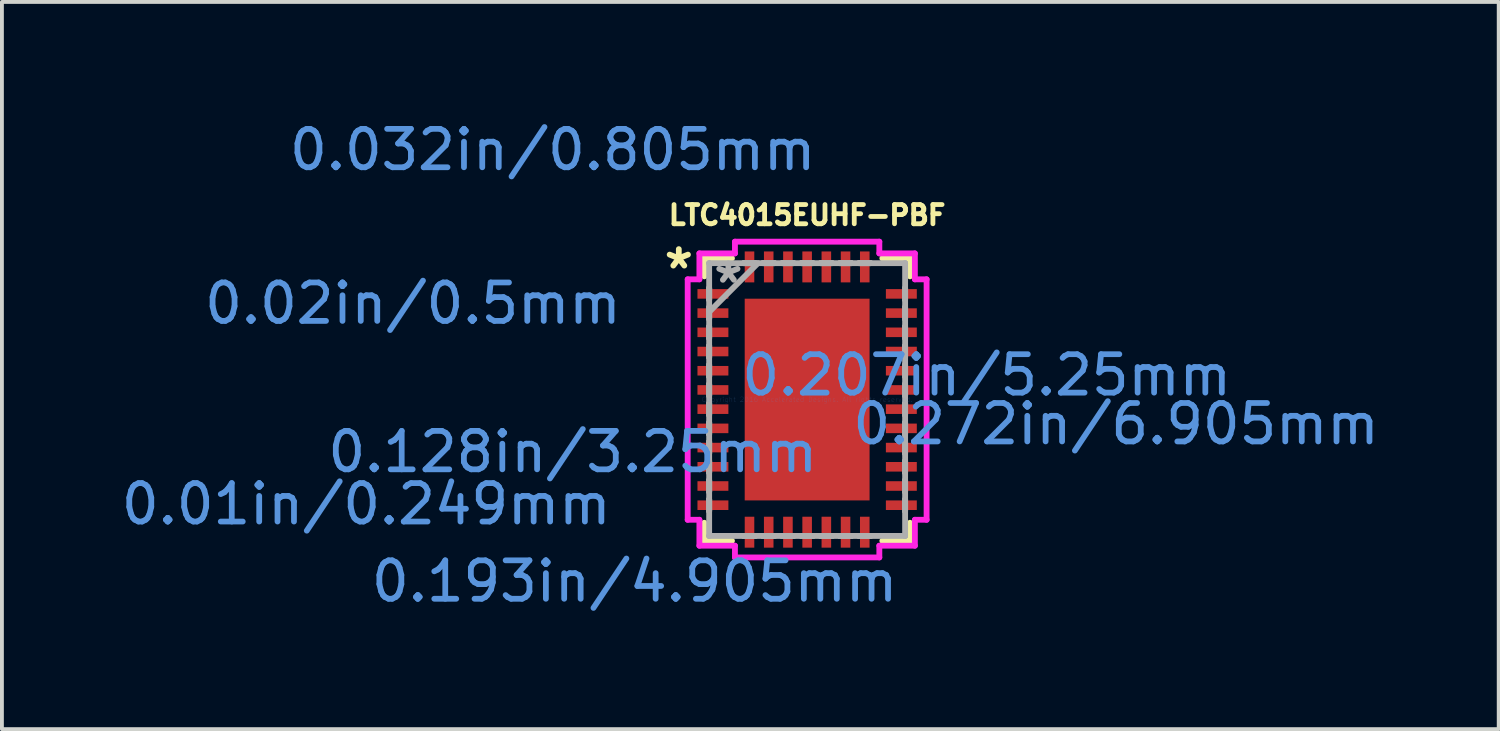
<source format=kicad_pcb>
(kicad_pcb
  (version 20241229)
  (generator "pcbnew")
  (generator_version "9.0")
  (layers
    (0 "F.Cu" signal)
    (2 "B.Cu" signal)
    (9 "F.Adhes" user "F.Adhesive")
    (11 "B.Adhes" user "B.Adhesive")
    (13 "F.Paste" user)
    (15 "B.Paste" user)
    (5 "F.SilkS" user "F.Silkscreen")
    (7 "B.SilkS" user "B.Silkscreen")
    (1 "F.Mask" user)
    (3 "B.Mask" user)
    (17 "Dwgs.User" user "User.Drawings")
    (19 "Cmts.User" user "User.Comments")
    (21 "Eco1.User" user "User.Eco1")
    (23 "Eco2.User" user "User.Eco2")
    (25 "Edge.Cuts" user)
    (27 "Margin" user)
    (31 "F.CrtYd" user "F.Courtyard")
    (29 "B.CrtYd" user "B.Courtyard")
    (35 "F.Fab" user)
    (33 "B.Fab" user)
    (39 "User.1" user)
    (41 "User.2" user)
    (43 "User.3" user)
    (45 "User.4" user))
  (footprint "LTC4015EUHF-PBF"
    (layer "F.Cu")
    (at 17.957 7.349)
    (property "Reference" "LTC4015EUHF-PBF" (at 0 -4.8 0) (layer "F.SilkS") (effects (font (size 0.5 0.5) (thickness 0.125))))
    (attr smd)
    (fp_line (start -2.677 -3.677) (end -2.677 -3.207) (stroke (width 0.152) (type solid)) (layer "F.SilkS"))
    (fp_line (start -2.677 3.207) (end -2.677 3.677) (stroke (width 0.152) (type solid)) (layer "F.SilkS"))
    (fp_line (start -2.677 3.677) (end -1.957 3.677) (stroke (width 0.152) (type solid)) (layer "F.SilkS"))
    (fp_line (start -1.957 -3.677) (end -2.677 -3.677) (stroke (width 0.152) (type solid)) (layer "F.SilkS"))
    (fp_line (start 1.957 3.677) (end 2.677 3.677) (stroke (width 0.152) (type solid)) (layer "F.SilkS"))
    (fp_line (start 2.677 -3.677) (end 1.957 -3.677) (stroke (width 0.152) (type solid)) (layer "F.SilkS"))
    (fp_line (start 2.677 -3.207) (end 2.677 -3.677) (stroke (width 0.152) (type solid)) (layer "F.SilkS"))
    (fp_line (start 2.677 3.677) (end 2.677 3.207) (stroke (width 0.152) (type solid)) (layer "F.SilkS"))
    (fp_line (start -3.109 -3.129) (end -2.804 -3.129) (stroke (width 0.152) (type solid)) (layer "F.CrtYd"))
    (fp_line (start -3.109 3.129) (end -3.109 -3.129) (stroke (width 0.152) (type solid)) (layer "F.CrtYd"))
    (fp_line (start -2.804 -3.804) (end -1.879 -3.804) (stroke (width 0.152) (type solid)) (layer "F.CrtYd"))
    (fp_line (start -2.804 -3.129) (end -2.804 -3.804) (stroke (width 0.152) (type solid)) (layer "F.CrtYd"))
    (fp_line (start -2.804 3.129) (end -3.109 3.129) (stroke (width 0.152) (type solid)) (layer "F.CrtYd"))
    (fp_line (start -2.804 3.804) (end -2.804 3.129) (stroke (width 0.152) (type solid)) (layer "F.CrtYd"))
    (fp_line (start -1.879 -4.109) (end 1.879 -4.109) (stroke (width 0.152) (type solid)) (layer "F.CrtYd"))
    (fp_line (start -1.879 -3.804) (end -1.879 -4.109) (stroke (width 0.152) (type solid)) (layer "F.CrtYd"))
    (fp_line (start -1.879 3.804) (end -2.804 3.804) (stroke (width 0.152) (type solid)) (layer "F.CrtYd"))
    (fp_line (start -1.879 4.109) (end -1.879 3.804) (stroke (width 0.152) (type solid)) (layer "F.CrtYd"))
    (fp_line (start 1.879 -4.109) (end 1.879 -3.804) (stroke (width 0.152) (type solid)) (layer "F.CrtYd"))
    (fp_line (start 1.879 -3.804) (end 2.804 -3.804) (stroke (width 0.152) (type solid)) (layer "F.CrtYd"))
    (fp_line (start 1.879 3.804) (end 1.879 4.109) (stroke (width 0.152) (type solid)) (layer "F.CrtYd"))
    (fp_line (start 1.879 4.109) (end -1.879 4.109) (stroke (width 0.152) (type solid)) (layer "F.CrtYd"))
    (fp_line (start 2.804 -3.804) (end 2.804 -3.129) (stroke (width 0.152) (type solid)) (layer "F.CrtYd"))
    (fp_line (start 2.804 -3.129) (end 3.109 -3.129) (stroke (width 0.152) (type solid)) (layer "F.CrtYd"))
    (fp_line (start 2.804 3.129) (end 2.804 3.804) (stroke (width 0.152) (type solid)) (layer "F.CrtYd"))
    (fp_line (start 2.804 3.804) (end 1.879 3.804) (stroke (width 0.152) (type solid)) (layer "F.CrtYd"))
    (fp_line (start 3.109 -3.129) (end 3.109 3.129) (stroke (width 0.152) (type solid)) (layer "F.CrtYd"))
    (fp_line (start 3.109 3.129) (end 2.804 3.129) (stroke (width 0.152) (type solid)) (layer "F.CrtYd"))
    (fp_line (start -2.55 -3.55) (end -2.55 -3.55) (stroke (width 0.152) (type solid)) (layer "F.Fab"))
    (fp_line (start -2.55 -3.55) (end -2.55 3.55) (stroke (width 0.152) (type solid)) (layer "F.Fab"))
    (fp_line (start -2.55 -2.9) (end -2.55 -2.9) (stroke (width 0.152) (type solid)) (layer "F.Fab"))
    (fp_line (start -2.55 -2.9) (end -2.55 -2.6) (stroke (width 0.152) (type solid)) (layer "F.Fab"))
    (fp_line (start -2.55 -2.6) (end -2.55 -2.9) (stroke (width 0.152) (type solid)) (layer "F.Fab"))
    (fp_line (start -2.55 -2.6) (end -2.55 -2.6) (stroke (width 0.152) (type solid)) (layer "F.Fab"))
    (fp_line (start -2.55 -2.4) (end -2.55 -2.4) (stroke (width 0.152) (type solid)) (layer "F.Fab"))
    (fp_line (start -2.55 -2.4) (end -2.55 -2.1) (stroke (width 0.152) (type solid)) (layer "F.Fab"))
    (fp_line (start -2.55 -2.28) (end -1.28 -3.55) (stroke (width 0.152) (type solid)) (layer "F.Fab"))
    (fp_line (start -2.55 -2.1) (end -2.55 -2.4) (stroke (width 0.152) (type solid)) (layer "F.Fab"))
    (fp_line (start -2.55 -2.1) (end -2.55 -2.1) (stroke (width 0.152) (type solid)) (layer "F.Fab"))
    (fp_line (start -2.55 -1.9) (end -2.55 -1.9) (stroke (width 0.152) (type solid)) (layer "F.Fab"))
    (fp_line (start -2.55 -1.9) (end -2.55 -1.6) (stroke (width 0.152) (type solid)) (layer "F.Fab"))
    (fp_line (start -2.55 -1.6) (end -2.55 -1.9) (stroke (width 0.152) (type solid)) (layer "F.Fab"))
    (fp_line (start -2.55 -1.6) (end -2.55 -1.6) (stroke (width 0.152) (type solid)) (layer "F.Fab"))
    (fp_line (start -2.55 -1.4) (end -2.55 -1.4) (stroke (width 0.152) (type solid)) (layer "F.Fab"))
    (fp_line (start -2.55 -1.4) (end -2.55 -1.1) (stroke (width 0.152) (type solid)) (layer "F.Fab"))
    (fp_line (start -2.55 -1.1) (end -2.55 -1.4) (stroke (width 0.152) (type solid)) (layer "F.Fab"))
    (fp_line (start -2.55 -1.1) (end -2.55 -1.1) (stroke (width 0.152) (type solid)) (layer "F.Fab"))
    (fp_line (start -2.55 -0.9) (end -2.55 -0.9) (stroke (width 0.152) (type solid)) (layer "F.Fab"))
    (fp_line (start -2.55 -0.9) (end -2.55 -0.6) (stroke (width 0.152) (type solid)) (layer "F.Fab"))
    (fp_line (start -2.55 -0.6) (end -2.55 -0.9) (stroke (width 0.152) (type solid)) (layer "F.Fab"))
    (fp_line (start -2.55 -0.6) (end -2.55 -0.6) (stroke (width 0.152) (type solid)) (layer "F.Fab"))
    (fp_line (start -2.55 -0.4) (end -2.55 -0.4) (stroke (width 0.152) (type solid)) (layer "F.Fab"))
    (fp_line (start -2.55 -0.4) (end -2.55 -0.1) (stroke (width 0.152) (type solid)) (layer "F.Fab"))
    (fp_line (start -2.55 -0.1) (end -2.55 -0.4) (stroke (width 0.152) (type solid)) (layer "F.Fab"))
    (fp_line (start -2.55 -0.1) (end -2.55 -0.1) (stroke (width 0.152) (type solid)) (layer "F.Fab"))
    (fp_line (start -2.55 0.1) (end -2.55 0.1) (stroke (width 0.152) (type solid)) (layer "F.Fab"))
    (fp_line (start -2.55 0.1) (end -2.55 0.4) (stroke (width 0.152) (type solid)) (layer "F.Fab"))
    (fp_line (start -2.55 0.4) (end -2.55 0.1) (stroke (width 0.152) (type solid)) (layer "F.Fab"))
    (fp_line (start -2.55 0.4) (end -2.55 0.4) (stroke (width 0.152) (type solid)) (layer "F.Fab"))
    (fp_line (start -2.55 0.6) (end -2.55 0.6) (stroke (width 0.152) (type solid)) (layer "F.Fab"))
    (fp_line (start -2.55 0.6) (end -2.55 0.9) (stroke (width 0.152) (type solid)) (layer "F.Fab"))
    (fp_line (start -2.55 0.9) (end -2.55 0.6) (stroke (width 0.152) (type solid)) (layer "F.Fab"))
    (fp_line (start -2.55 0.9) (end -2.55 0.9) (stroke (width 0.152) (type solid)) (layer "F.Fab"))
    (fp_line (start -2.55 1.1) (end -2.55 1.1) (stroke (width 0.152) (type solid)) (layer "F.Fab"))
    (fp_line (start -2.55 1.1) (end -2.55 1.4) (stroke (width 0.152) (type solid)) (layer "F.Fab"))
    (fp_line (start -2.55 1.4) (end -2.55 1.1) (stroke (width 0.152) (type solid)) (layer "F.Fab"))
    (fp_line (start -2.55 1.4) (end -2.55 1.4) (stroke (width 0.152) (type solid)) (layer "F.Fab"))
    (fp_line (start -2.55 1.6) (end -2.55 1.6) (stroke (width 0.152) (type solid)) (layer "F.Fab"))
    (fp_line (start -2.55 1.6) (end -2.55 1.9) (stroke (width 0.152) (type solid)) (layer "F.Fab"))
    (fp_line (start -2.55 1.9) (end -2.55 1.6) (stroke (width 0.152) (type solid)) (layer "F.Fab"))
    (fp_line (start -2.55 1.9) (end -2.55 1.9) (stroke (width 0.152) (type solid)) (layer "F.Fab"))
    (fp_line (start -2.55 2.1) (end -2.55 2.1) (stroke (width 0.152) (type solid)) (layer "F.Fab"))
    (fp_line (start -2.55 2.1) (end -2.55 2.4) (stroke (width 0.152) (type solid)) (layer "F.Fab"))
    (fp_line (start -2.55 2.4) (end -2.55 2.1) (stroke (width 0.152) (type solid)) (layer "F.Fab"))
    (fp_line (start -2.55 2.4) (end -2.55 2.4) (stroke (width 0.152) (type solid)) (layer "F.Fab"))
    (fp_line (start -2.55 2.6) (end -2.55 2.6) (stroke (width 0.152) (type solid)) (layer "F.Fab"))
    (fp_line (start -2.55 2.6) (end -2.55 2.9) (stroke (width 0.152) (type solid)) (layer "F.Fab"))
    (fp_line (start -2.55 2.9) (end -2.55 2.6) (stroke (width 0.152) (type solid)) (layer "F.Fab"))
    (fp_line (start -2.55 2.9) (end -2.55 2.9) (stroke (width 0.152) (type solid)) (layer "F.Fab"))
    (fp_line (start -2.55 3.55) (end -2.55 3.55) (stroke (width 0.152) (type solid)) (layer "F.Fab"))
    (fp_line (start -2.55 3.55) (end 2.55 3.55) (stroke (width 0.152) (type solid)) (layer "F.Fab"))
    (fp_line (start -1.65 -3.55) (end -1.65 -3.55) (stroke (width 0.152) (type solid)) (layer "F.Fab"))
    (fp_line (start -1.65 -3.55) (end -1.35 -3.55) (stroke (width 0.152) (type solid)) (layer "F.Fab"))
    (fp_line (start -1.65 3.55) (end -1.65 3.55) (stroke (width 0.152) (type solid)) (layer "F.Fab"))
    (fp_line (start -1.65 3.55) (end -1.35 3.55) (stroke (width 0.152) (type solid)) (layer "F.Fab"))
    (fp_line (start -1.35 -3.55) (end -1.65 -3.55) (stroke (width 0.152) (type solid)) (layer "F.Fab"))
    (fp_line (start -1.35 -3.55) (end -1.35 -3.55) (stroke (width 0.152) (type solid)) (layer "F.Fab"))
    (fp_line (start -1.35 3.55) (end -1.65 3.55) (stroke (width 0.152) (type solid)) (layer "F.Fab"))
    (fp_line (start -1.35 3.55) (end -1.35 3.55) (stroke (width 0.152) (type solid)) (layer "F.Fab"))
    (fp_line (start -1.15 -3.55) (end -1.15 -3.55) (stroke (width 0.152) (type solid)) (layer "F.Fab"))
    (fp_line (start -1.15 -3.55) (end -0.85 -3.55) (stroke (width 0.152) (type solid)) (layer "F.Fab"))
    (fp_line (start -1.15 3.55) (end -1.15 3.55) (stroke (width 0.152) (type solid)) (layer "F.Fab"))
    (fp_line (start -1.15 3.55) (end -0.85 3.55) (stroke (width 0.152) (type solid)) (layer "F.Fab"))
    (fp_line (start -0.85 -3.55) (end -1.15 -3.55) (stroke (width 0.152) (type solid)) (layer "F.Fab"))
    (fp_line (start -0.85 -3.55) (end -0.85 -3.55) (stroke (width 0.152) (type solid)) (layer "F.Fab"))
    (fp_line (start -0.85 3.55) (end -1.15 3.55) (stroke (width 0.152) (type solid)) (layer "F.Fab"))
    (fp_line (start -0.85 3.55) (end -0.85 3.55) (stroke (width 0.152) (type solid)) (layer "F.Fab"))
    (fp_line (start -0.65 -3.55) (end -0.65 -3.55) (stroke (width 0.152) (type solid)) (layer "F.Fab"))
    (fp_line (start -0.65 -3.55) (end -0.35 -3.55) (stroke (width 0.152) (type solid)) (layer "F.Fab"))
    (fp_line (start -0.65 3.55) (end -0.65 3.55) (stroke (width 0.152) (type solid)) (layer "F.Fab"))
    (fp_line (start -0.65 3.55) (end -0.35 3.55) (stroke (width 0.152) (type solid)) (layer "F.Fab"))
    (fp_line (start -0.35 -3.55) (end -0.65 -3.55) (stroke (width 0.152) (type solid)) (layer "F.Fab"))
    (fp_line (start -0.35 -3.55) (end -0.35 -3.55) (stroke (width 0.152) (type solid)) (layer "F.Fab"))
    (fp_line (start -0.35 3.55) (end -0.65 3.55) (stroke (width 0.152) (type solid)) (layer "F.Fab"))
    (fp_line (start -0.35 3.55) (end -0.35 3.55) (stroke (width 0.152) (type solid)) (layer "F.Fab"))
    (fp_line (start -0.15 -3.55) (end -0.15 -3.55) (stroke (width 0.152) (type solid)) (layer "F.Fab"))
    (fp_line (start -0.15 -3.55) (end 0.15 -3.55) (stroke (width 0.152) (type solid)) (layer "F.Fab"))
    (fp_line (start -0.15 3.55) (end -0.15 3.55) (stroke (width 0.152) (type solid)) (layer "F.Fab"))
    (fp_line (start -0.15 3.55) (end 0.15 3.55) (stroke (width 0.152) (type solid)) (layer "F.Fab"))
    (fp_line (start 0.15 -3.55) (end -0.15 -3.55) (stroke (width 0.152) (type solid)) (layer "F.Fab"))
    (fp_line (start 0.15 -3.55) (end 0.15 -3.55) (stroke (width 0.152) (type solid)) (layer "F.Fab"))
    (fp_line (start 0.15 3.55) (end -0.15 3.55) (stroke (width 0.152) (type solid)) (layer "F.Fab"))
    (fp_line (start 0.15 3.55) (end 0.15 3.55) (stroke (width 0.152) (type solid)) (layer "F.Fab"))
    (fp_line (start 0.35 -3.55) (end 0.35 -3.55) (stroke (width 0.152) (type solid)) (layer "F.Fab"))
    (fp_line (start 0.35 -3.55) (end 0.65 -3.55) (stroke (width 0.152) (type solid)) (layer "F.Fab"))
    (fp_line (start 0.35 3.55) (end 0.35 3.55) (stroke (width 0.152) (type solid)) (layer "F.Fab"))
    (fp_line (start 0.35 3.55) (end 0.65 3.55) (stroke (width 0.152) (type solid)) (layer "F.Fab"))
    (fp_line (start 0.65 -3.55) (end 0.35 -3.55) (stroke (width 0.152) (type solid)) (layer "F.Fab"))
    (fp_line (start 0.65 -3.55) (end 0.65 -3.55) (stroke (width 0.152) (type solid)) (layer "F.Fab"))
    (fp_line (start 0.65 3.55) (end 0.35 3.55) (stroke (width 0.152) (type solid)) (layer "F.Fab"))
    (fp_line (start 0.65 3.55) (end 0.65 3.55) (stroke (width 0.152) (type solid)) (layer "F.Fab"))
    (fp_line (start 0.85 -3.55) (end 0.85 -3.55) (stroke (width 0.152) (type solid)) (layer "F.Fab"))
    (fp_line (start 0.85 -3.55) (end 1.15 -3.55) (stroke (width 0.152) (type solid)) (layer "F.Fab"))
    (fp_line (start 0.85 3.55) (end 0.85 3.55) (stroke (width 0.152) (type solid)) (layer "F.Fab"))
    (fp_line (start 0.85 3.55) (end 1.15 3.55) (stroke (width 0.152) (type solid)) (layer "F.Fab"))
    (fp_line (start 1.15 -3.55) (end 0.85 -3.55) (stroke (width 0.152) (type solid)) (layer "F.Fab"))
    (fp_line (start 1.15 -3.55) (end 1.15 -3.55) (stroke (width 0.152) (type solid)) (layer "F.Fab"))
    (fp_line (start 1.15 3.55) (end 0.85 3.55) (stroke (width 0.152) (type solid)) (layer "F.Fab"))
    (fp_line (start 1.15 3.55) (end 1.15 3.55) (stroke (width 0.152) (type solid)) (layer "F.Fab"))
    (fp_line (start 1.35 -3.55) (end 1.35 -3.55) (stroke (width 0.152) (type solid)) (layer "F.Fab"))
    (fp_line (start 1.35 -3.55) (end 1.65 -3.55) (stroke (width 0.152) (type solid)) (layer "F.Fab"))
    (fp_line (start 1.35 3.55) (end 1.35 3.55) (stroke (width 0.152) (type solid)) (layer "F.Fab"))
    (fp_line (start 1.35 3.55) (end 1.65 3.55) (stroke (width 0.152) (type solid)) (layer "F.Fab"))
    (fp_line (start 1.65 -3.55) (end 1.35 -3.55) (stroke (width 0.152) (type solid)) (layer "F.Fab"))
    (fp_line (start 1.65 -3.55) (end 1.65 -3.55) (stroke (width 0.152) (type solid)) (layer "F.Fab"))
    (fp_line (start 1.65 3.55) (end 1.35 3.55) (stroke (width 0.152) (type solid)) (layer "F.Fab"))
    (fp_line (start 1.65 3.55) (end 1.65 3.55) (stroke (width 0.152) (type solid)) (layer "F.Fab"))
    (fp_line (start 2.55 -3.55) (end -2.55 -3.55) (stroke (width 0.152) (type solid)) (layer "F.Fab"))
    (fp_line (start 2.55 -3.55) (end 2.55 -3.55) (stroke (width 0.152) (type solid)) (layer "F.Fab"))
    (fp_line (start 2.55 -2.9) (end 2.55 -2.9) (stroke (width 0.152) (type solid)) (layer "F.Fab"))
    (fp_line (start 2.55 -2.9) (end 2.55 -2.6) (stroke (width 0.152) (type solid)) (layer "F.Fab"))
    (fp_line (start 2.55 -2.6) (end 2.55 -2.9) (stroke (width 0.152) (type solid)) (layer "F.Fab"))
    (fp_line (start 2.55 -2.6) (end 2.55 -2.6) (stroke (width 0.152) (type solid)) (layer "F.Fab"))
    (fp_line (start 2.55 -2.4) (end 2.55 -2.4) (stroke (width 0.152) (type solid)) (layer "F.Fab"))
    (fp_line (start 2.55 -2.4) (end 2.55 -2.1) (stroke (width 0.152) (type solid)) (layer "F.Fab"))
    (fp_line (start 2.55 -2.1) (end 2.55 -2.4) (stroke (width 0.152) (type solid)) (layer "F.Fab"))
    (fp_line (start 2.55 -2.1) (end 2.55 -2.1) (stroke (width 0.152) (type solid)) (layer "F.Fab"))
    (fp_line (start 2.55 -1.9) (end 2.55 -1.9) (stroke (width 0.152) (type solid)) (layer "F.Fab"))
    (fp_line (start 2.55 -1.9) (end 2.55 -1.6) (stroke (width 0.152) (type solid)) (layer "F.Fab"))
    (fp_line (start 2.55 -1.6) (end 2.55 -1.9) (stroke (width 0.152) (type solid)) (layer "F.Fab"))
    (fp_line (start 2.55 -1.6) (end 2.55 -1.6) (stroke (width 0.152) (type solid)) (layer "F.Fab"))
    (fp_line (start 2.55 -1.4) (end 2.55 -1.4) (stroke (width 0.152) (type solid)) (layer "F.Fab"))
    (fp_line (start 2.55 -1.4) (end 2.55 -1.1) (stroke (width 0.152) (type solid)) (layer "F.Fab"))
    (fp_line (start 2.55 -1.1) (end 2.55 -1.4) (stroke (width 0.152) (type solid)) (layer "F.Fab"))
    (fp_line (start 2.55 -1.1) (end 2.55 -1.1) (stroke (width 0.152) (type solid)) (layer "F.Fab"))
    (fp_line (start 2.55 -0.9) (end 2.55 -0.9) (stroke (width 0.152) (type solid)) (layer "F.Fab"))
    (fp_line (start 2.55 -0.9) (end 2.55 -0.6) (stroke (width 0.152) (type solid)) (layer "F.Fab"))
    (fp_line (start 2.55 -0.6) (end 2.55 -0.9) (stroke (width 0.152) (type solid)) (layer "F.Fab"))
    (fp_line (start 2.55 -0.6) (end 2.55 -0.6) (stroke (width 0.152) (type solid)) (layer "F.Fab"))
    (fp_line (start 2.55 -0.4) (end 2.55 -0.4) (stroke (width 0.152) (type solid)) (layer "F.Fab"))
    (fp_line (start 2.55 -0.4) (end 2.55 -0.1) (stroke (width 0.152) (type solid)) (layer "F.Fab"))
    (fp_line (start 2.55 -0.1) (end 2.55 -0.4) (stroke (width 0.152) (type solid)) (layer "F.Fab"))
    (fp_line (start 2.55 -0.1) (end 2.55 -0.1) (stroke (width 0.152) (type solid)) (layer "F.Fab"))
    (fp_line (start 2.55 0.1) (end 2.55 0.1) (stroke (width 0.152) (type solid)) (layer "F.Fab"))
    (fp_line (start 2.55 0.1) (end 2.55 0.4) (stroke (width 0.152) (type solid)) (layer "F.Fab"))
    (fp_line (start 2.55 0.4) (end 2.55 0.1) (stroke (width 0.152) (type solid)) (layer "F.Fab"))
    (fp_line (start 2.55 0.4) (end 2.55 0.4) (stroke (width 0.152) (type solid)) (layer "F.Fab"))
    (fp_line (start 2.55 0.6) (end 2.55 0.6) (stroke (width 0.152) (type solid)) (layer "F.Fab"))
    (fp_line (start 2.55 0.6) (end 2.55 0.9) (stroke (width 0.152) (type solid)) (layer "F.Fab"))
    (fp_line (start 2.55 0.9) (end 2.55 0.6) (stroke (width 0.152) (type solid)) (layer "F.Fab"))
    (fp_line (start 2.55 0.9) (end 2.55 0.9) (stroke (width 0.152) (type solid)) (layer "F.Fab"))
    (fp_line (start 2.55 1.1) (end 2.55 1.1) (stroke (width 0.152) (type solid)) (layer "F.Fab"))
    (fp_line (start 2.55 1.1) (end 2.55 1.4) (stroke (width 0.152) (type solid)) (layer "F.Fab"))
    (fp_line (start 2.55 1.4) (end 2.55 1.1) (stroke (width 0.152) (type solid)) (layer "F.Fab"))
    (fp_line (start 2.55 1.4) (end 2.55 1.4) (stroke (width 0.152) (type solid)) (layer "F.Fab"))
    (fp_line (start 2.55 1.6) (end 2.55 1.6) (stroke (width 0.152) (type solid)) (layer "F.Fab"))
    (fp_line (start 2.55 1.6) (end 2.55 1.9) (stroke (width 0.152) (type solid)) (layer "F.Fab"))
    (fp_line (start 2.55 1.9) (end 2.55 1.6) (stroke (width 0.152) (type solid)) (layer "F.Fab"))
    (fp_line (start 2.55 1.9) (end 2.55 1.9) (stroke (width 0.152) (type solid)) (layer "F.Fab"))
    (fp_line (start 2.55 2.1) (end 2.55 2.1) (stroke (width 0.152) (type solid)) (layer "F.Fab"))
    (fp_line (start 2.55 2.1) (end 2.55 2.4) (stroke (width 0.152) (type solid)) (layer "F.Fab"))
    (fp_line (start 2.55 2.4) (end 2.55 2.1) (stroke (width 0.152) (type solid)) (layer "F.Fab"))
    (fp_line (start 2.55 2.4) (end 2.55 2.4) (stroke (width 0.152) (type solid)) (layer "F.Fab"))
    (fp_line (start 2.55 2.6) (end 2.55 2.6) (stroke (width 0.152) (type solid)) (layer "F.Fab"))
    (fp_line (start 2.55 2.6) (end 2.55 2.9) (stroke (width 0.152) (type solid)) (layer "F.Fab"))
    (fp_line (start 2.55 2.9) (end 2.55 2.6) (stroke (width 0.152) (type solid)) (layer "F.Fab"))
    (fp_line (start 2.55 2.9) (end 2.55 2.9) (stroke (width 0.152) (type solid)) (layer "F.Fab"))
    (fp_line (start 2.55 3.55) (end 2.55 -3.55) (stroke (width 0.152) (type solid)) (layer "F.Fab"))
    (fp_line (start 2.55 3.55) (end 2.55 3.55) (stroke (width 0.152) (type solid)) (layer "F.Fab"))
    (fp_text user "*" (at -3.34 -3.37 0) (layer "F.SilkS") (effects (font (size 1 1) (thickness 0.15))))
    (fp_text user "0.193in/4.905mm" (at -4.49 4.73 0) (layer "Cmts.User") (effects (font (size 1 1) (thickness 0.15))))
    (fp_text user "0.01in/0.249mm" (at -11.475 2.72 0) (layer "Cmts.User") (effects (font (size 1 1) (thickness 0.15))))
    (fp_text user "0.02in/0.5mm" (at -10.26 -2.502 0) (layer "Cmts.User") (effects (font (size 1 1) (thickness 0.15))))
    (fp_text user "0.272in/6.905mm" (at 8.04 0.635 0) (layer "Cmts.User") (effects (font (size 1 1) (thickness 0.15))))
    (fp_text user "0.128in/3.25mm" (at -6.1 1.361 0) (layer "Cmts.User") (effects (font (size 1 1) (thickness 0.15))))
    (fp_text user "Copyright 2016 Accelerated Designs. All rights reserved." (at 0 0 0) (layer "Cmts.User") (effects (font (size 0.127 0.127) (thickness 0.002))))
    (fp_text user "0.032in/0.805mm" (at -6.622 -6.5 0) (layer "Cmts.User") (effects (font (size 1 1) (thickness 0.15))))
    (fp_text user "0.207in/5.25mm" (at 4.673 -0.635 0) (layer "Cmts.User") (effects (font (size 1 1) (thickness 0.15))))
    (fp_text user "*" (at -2.05 -3 0) (layer "F.Fab") (effects (font (size 1 1) (thickness 0.15))))
    (pad "1" smd rect (at -2.452 -2.75 90) (size 0.249 0.805) (layers "F.Cu" "F.Mask" "F.Paste"))
    (pad "2" smd rect (at -2.452 -2.25 90) (size 0.249 0.805) (layers "F.Cu" "F.Mask" "F.Paste"))
    (pad "3" smd rect (at -2.452 -1.75 90) (size 0.249 0.805) (layers "F.Cu" "F.Mask" "F.Paste"))
    (pad "4" smd rect (at -2.452 -1.25 90) (size 0.249 0.805) (layers "F.Cu" "F.Mask" "F.Paste"))
    (pad "5" smd rect (at -2.452 -0.75 90) (size 0.249 0.805) (layers "F.Cu" "F.Mask" "F.Paste"))
    (pad "6" smd rect (at -2.452 -0.25 90) (size 0.249 0.805) (layers "F.Cu" "F.Mask" "F.Paste"))
    (pad "7" smd rect (at -2.452 0.25 90) (size 0.249 0.805) (layers "F.Cu" "F.Mask" "F.Paste"))
    (pad "8" smd rect (at -2.452 0.75 90) (size 0.249 0.805) (layers "F.Cu" "F.Mask" "F.Paste"))
    (pad "9" smd rect (at -2.452 1.25 90) (size 0.249 0.805) (layers "F.Cu" "F.Mask" "F.Paste"))
    (pad "10" smd rect (at -2.452 1.75 90) (size 0.249 0.805) (layers "F.Cu" "F.Mask" "F.Paste"))
    (pad "11" smd rect (at -2.452 2.25 90) (size 0.249 0.805) (layers "F.Cu" "F.Mask" "F.Paste"))
    (pad "12" smd rect (at -2.452 2.75 90) (size 0.249 0.805) (layers "F.Cu" "F.Mask" "F.Paste"))
    (pad "13" smd rect (at -1.5 3.452) (size 0.249 0.805) (layers "F.Cu" "F.Mask" "F.Paste"))
    (pad "14" smd rect (at -1 3.452) (size 0.249 0.805) (layers "F.Cu" "F.Mask" "F.Paste"))
    (pad "15" smd rect (at -0.5 3.452) (size 0.249 0.805) (layers "F.Cu" "F.Mask" "F.Paste"))
    (pad "16" smd rect (at 0 3.452) (size 0.249 0.805) (layers "F.Cu" "F.Mask" "F.Paste"))
    (pad "17" smd rect (at 0.5 3.452) (size 0.249 0.805) (layers "F.Cu" "F.Mask" "F.Paste"))
    (pad "18" smd rect (at 1 3.452) (size 0.249 0.805) (layers "F.Cu" "F.Mask" "F.Paste"))
    (pad "19" smd rect (at 1.5 3.452) (size 0.249 0.805) (layers "F.Cu" "F.Mask" "F.Paste"))
    (pad "20" smd rect (at 2.452 2.75 90) (size 0.249 0.805) (layers "F.Cu" "F.Mask" "F.Paste"))
    (pad "21" smd rect (at 2.452 2.25 90) (size 0.249 0.805) (layers "F.Cu" "F.Mask" "F.Paste"))
    (pad "22" smd rect (at 2.452 1.75 90) (size 0.249 0.805) (layers "F.Cu" "F.Mask" "F.Paste"))
    (pad "23" smd rect (at 2.452 1.25 90) (size 0.249 0.805) (layers "F.Cu" "F.Mask" "F.Paste"))
    (pad "24" smd rect (at 2.452 0.75 90) (size 0.249 0.805) (layers "F.Cu" "F.Mask" "F.Paste"))
    (pad "25" smd rect (at 2.452 0.25 90) (size 0.249 0.805) (layers "F.Cu" "F.Mask" "F.Paste"))
    (pad "26" smd rect (at 2.452 -0.25 90) (size 0.249 0.805) (layers "F.Cu" "F.Mask" "F.Paste"))
    (pad "27" smd rect (at 2.452 -0.75 90) (size 0.249 0.805) (layers "F.Cu" "F.Mask" "F.Paste"))
    (pad "28" smd rect (at 2.452 -1.25 90) (size 0.249 0.805) (layers "F.Cu" "F.Mask" "F.Paste"))
    (pad "29" smd rect (at 2.452 -1.75 90) (size 0.249 0.805) (layers "F.Cu" "F.Mask" "F.Paste"))
    (pad "30" smd rect (at 2.452 -2.25 90) (size 0.249 0.805) (layers "F.Cu" "F.Mask" "F.Paste"))
    (pad "31" smd rect (at 2.452 -2.75 90) (size 0.249 0.805) (layers "F.Cu" "F.Mask" "F.Paste"))
    (pad "32" smd rect (at 1.5 -3.452) (size 0.249 0.805) (layers "F.Cu" "F.Mask" "F.Paste"))
    (pad "33" smd rect (at 1 -3.452) (size 0.249 0.805) (layers "F.Cu" "F.Mask" "F.Paste"))
    (pad "34" smd rect (at 0.5 -3.452) (size 0.249 0.805) (layers "F.Cu" "F.Mask" "F.Paste"))
    (pad "35" smd rect (at 0 -3.452) (size 0.249 0.805) (layers "F.Cu" "F.Mask" "F.Paste"))
    (pad "36" smd rect (at -0.5 -3.452) (size 0.249 0.805) (layers "F.Cu" "F.Mask" "F.Paste"))
    (pad "37" smd rect (at -1 -3.452) (size 0.249 0.805) (layers "F.Cu" "F.Mask" "F.Paste"))
    (pad "38" smd rect (at -1.5 -3.452) (size 0.249 0.805) (layers "F.Cu" "F.Mask" "F.Paste"))
    (pad "39" smd rect (at 0 0) (size 3.25 5.25) (layers "F.Cu" "F.Mask" "F.Paste")))
  (gr_rect
    (start -3 -3)
    (end 35.956 15.927)
    (stroke (width 0.1) (type default))
    (fill no)
    (layer "Edge.Cuts")))
</source>
